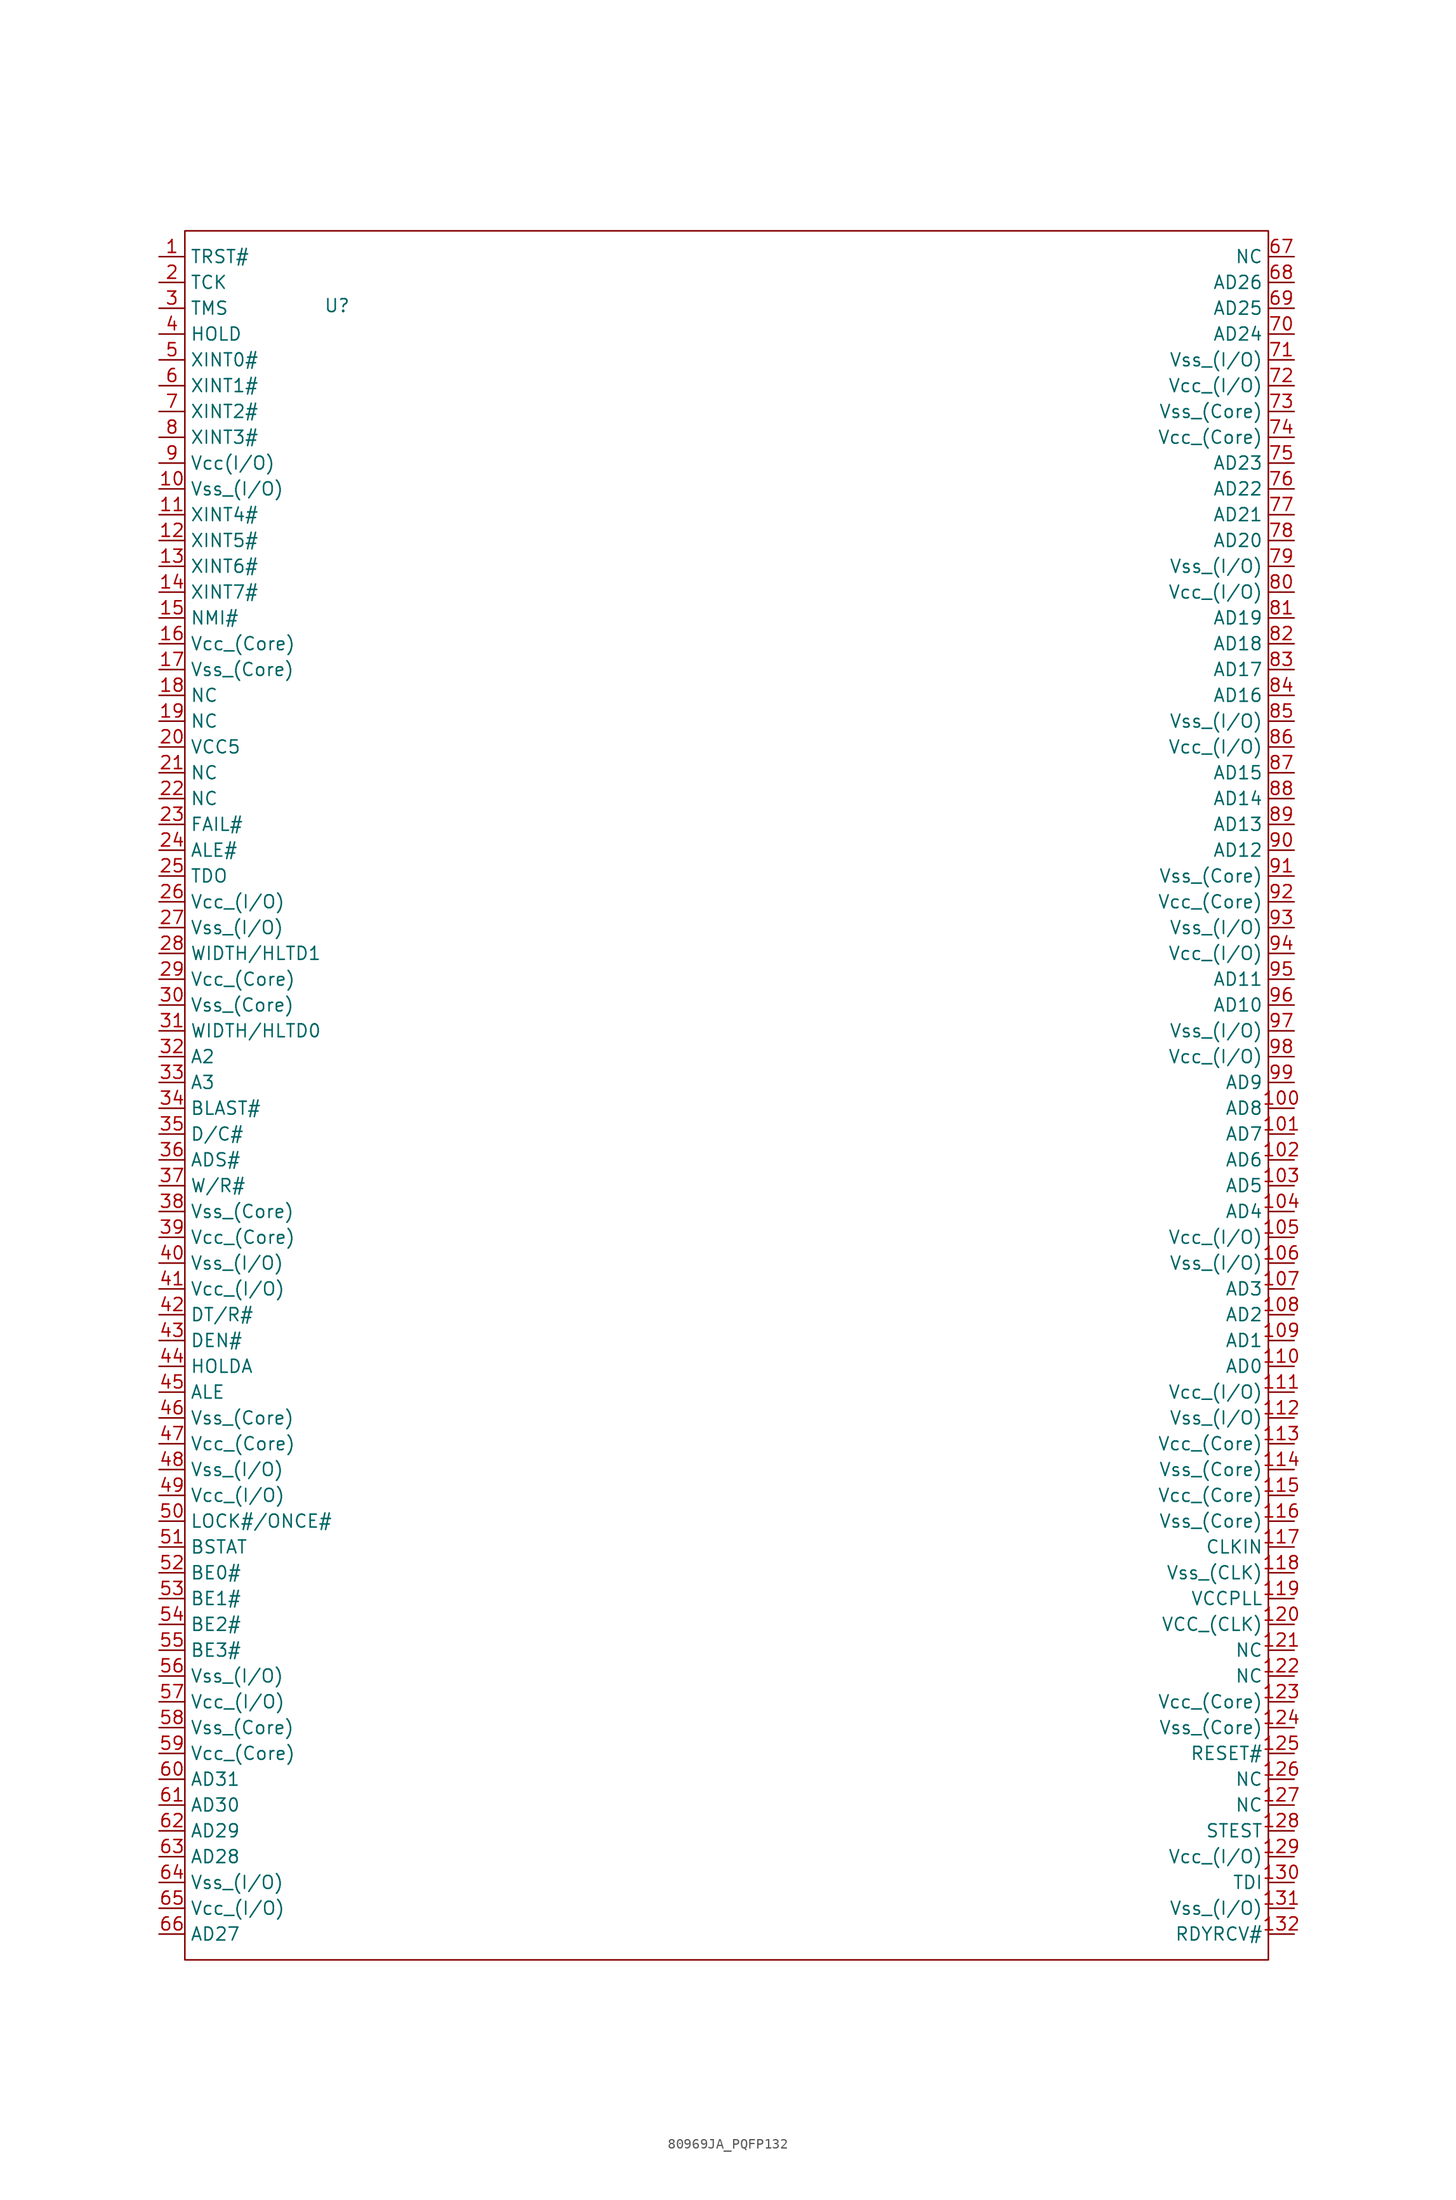
<source format=kicad_sym>
(kicad_symbol_lib
  (version 20231120)
  (generator "kicad_symbol_editor")
  (generator_version "8.0")
  (symbol "80969JA_PQFP132"
    (property "Reference" "U"
      (at 23.876 -9.906 0)
      (effects (font (size 1.27 1.27))))
    (property "Value" ""
      (at 7.62 -1.27 0)
      (effects (font (size 1.27 1.27))))
    (symbol "80969JA_PQFP132_0_1"
      (rectangle (start 8.89 -2.54) (end 115.57 -172.72) (stroke (width 0) (type default)) (fill (type none))))
    (symbol "80969JA_PQFP132_1_1"
      (pin input line (at 6.35 -5.08 0) (length 2.54) (name "TRST#" (effects (font (size 1.27 1.27)))) (number "1" (effects (font (size 1.27 1.27)))))
      (pin input line (at 6.35 -27.94 0) (length 2.54) (name "Vss_(I/O)" (effects (font (size 1.27 1.27)))) (number "10" (effects (font (size 1.27 1.27)))))
      (pin input line (at 118.11 -88.9 180) (length 2.54) (name "AD8" (effects (font (size 1.27 1.27)))) (number "100" (effects (font (size 1.27 1.27)))))
      (pin input line (at 118.11 -91.44 180) (length 2.54) (name "AD7" (effects (font (size 1.27 1.27)))) (number "101" (effects (font (size 1.27 1.27)))))
      (pin input line (at 118.11 -93.98 180) (length 2.54) (name "AD6" (effects (font (size 1.27 1.27)))) (number "102" (effects (font (size 1.27 1.27)))))
      (pin input line (at 118.11 -96.52 180) (length 2.54) (name "AD5" (effects (font (size 1.27 1.27)))) (number "103" (effects (font (size 1.27 1.27)))))
      (pin input line (at 118.11 -99.06 180) (length 2.54) (name "AD4" (effects (font (size 1.27 1.27)))) (number "104" (effects (font (size 1.27 1.27)))))
      (pin input line (at 118.11 -101.6 180) (length 2.54) (name "Vcc_(I/O)" (effects (font (size 1.27 1.27)))) (number "105" (effects (font (size 1.27 1.27)))))
      (pin input line (at 118.11 -104.14 180) (length 2.54) (name "Vss_(I/O)" (effects (font (size 1.27 1.27)))) (number "106" (effects (font (size 1.27 1.27)))))
      (pin input line (at 118.11 -106.68 180) (length 2.54) (name "AD3" (effects (font (size 1.27 1.27)))) (number "107" (effects (font (size 1.27 1.27)))))
      (pin input line (at 118.11 -109.22 180) (length 2.54) (name "AD2" (effects (font (size 1.27 1.27)))) (number "108" (effects (font (size 1.27 1.27)))))
      (pin input line (at 118.11 -111.76 180) (length 2.54) (name "AD1" (effects (font (size 1.27 1.27)))) (number "109" (effects (font (size 1.27 1.27)))))
      (pin input line (at 6.35 -30.48 0) (length 2.54) (name "XINT4#" (effects (font (size 1.27 1.27)))) (number "11" (effects (font (size 1.27 1.27)))))
      (pin input line (at 118.11 -114.3 180) (length 2.54) (name "AD0" (effects (font (size 1.27 1.27)))) (number "110" (effects (font (size 1.27 1.27)))))
      (pin input line (at 118.11 -116.84 180) (length 2.54) (name "Vcc_(I/O)" (effects (font (size 1.27 1.27)))) (number "111" (effects (font (size 1.27 1.27)))))
      (pin input line (at 118.11 -119.38 180) (length 2.54) (name "Vss_(I/O)" (effects (font (size 1.27 1.27)))) (number "112" (effects (font (size 1.27 1.27)))))
      (pin input line (at 118.11 -121.92 180) (length 2.54) (name "Vcc_(Core)" (effects (font (size 1.27 1.27)))) (number "113" (effects (font (size 1.27 1.27)))))
      (pin input line (at 118.11 -124.46 180) (length 2.54) (name "Vss_(Core)" (effects (font (size 1.27 1.27)))) (number "114" (effects (font (size 1.27 1.27)))))
      (pin input line (at 118.11 -127 180) (length 2.54) (name "Vcc_(Core)" (effects (font (size 1.27 1.27)))) (number "115" (effects (font (size 1.27 1.27)))))
      (pin input line (at 118.11 -129.54 180) (length 2.54) (name "Vss_(Core)" (effects (font (size 1.27 1.27)))) (number "116" (effects (font (size 1.27 1.27)))))
      (pin input line (at 118.11 -132.08 180) (length 2.54) (name "CLKIN" (effects (font (size 1.27 1.27)))) (number "117" (effects (font (size 1.27 1.27)))))
      (pin input line (at 118.11 -134.62 180) (length 2.54) (name "Vss_(CLK)" (effects (font (size 1.27 1.27)))) (number "118" (effects (font (size 1.27 1.27)))))
      (pin input line (at 118.11 -137.16 180) (length 2.54) (name "VCCPLL" (effects (font (size 1.27 1.27)))) (number "119" (effects (font (size 1.27 1.27)))))
      (pin input line (at 6.35 -33.02 0) (length 2.54) (name "XINT5#" (effects (font (size 1.27 1.27)))) (number "12" (effects (font (size 1.27 1.27)))))
      (pin input line (at 118.11 -139.7 180) (length 2.54) (name "VCC_(CLK)" (effects (font (size 1.27 1.27)))) (number "120" (effects (font (size 1.27 1.27)))))
      (pin input line (at 118.11 -142.24 180) (length 2.54) (name "NC" (effects (font (size 1.27 1.27)))) (number "121" (effects (font (size 1.27 1.27)))))
      (pin input line (at 118.11 -144.78 180) (length 2.54) (name "NC" (effects (font (size 1.27 1.27)))) (number "122" (effects (font (size 1.27 1.27)))))
      (pin input line (at 118.11 -147.32 180) (length 2.54) (name "Vcc_(Core)" (effects (font (size 1.27 1.27)))) (number "123" (effects (font (size 1.27 1.27)))))
      (pin input line (at 118.11 -149.86 180) (length 2.54) (name "Vss_(Core)" (effects (font (size 1.27 1.27)))) (number "124" (effects (font (size 1.27 1.27)))))
      (pin input line (at 118.11 -152.4 180) (length 2.54) (name "RESET#" (effects (font (size 1.27 1.27)))) (number "125" (effects (font (size 1.27 1.27)))))
      (pin input line (at 118.11 -154.94 180) (length 2.54) (name "NC" (effects (font (size 1.27 1.27)))) (number "126" (effects (font (size 1.27 1.27)))))
      (pin input line (at 118.11 -157.48 180) (length 2.54) (name "NC" (effects (font (size 1.27 1.27)))) (number "127" (effects (font (size 1.27 1.27)))))
      (pin input line (at 118.11 -160.02 180) (length 2.54) (name "STEST" (effects (font (size 1.27 1.27)))) (number "128" (effects (font (size 1.27 1.27)))))
      (pin input line (at 118.11 -162.56 180) (length 2.54) (name "Vcc_(I/O)" (effects (font (size 1.27 1.27)))) (number "129" (effects (font (size 1.27 1.27)))))
      (pin input line (at 6.35 -35.56 0) (length 2.54) (name "XINT6#" (effects (font (size 1.27 1.27)))) (number "13" (effects (font (size 1.27 1.27)))))
      (pin input line (at 118.11 -165.1 180) (length 2.54) (name "TDI" (effects (font (size 1.27 1.27)))) (number "130" (effects (font (size 1.27 1.27)))))
      (pin input line (at 118.11 -167.64 180) (length 2.54) (name "Vss_(I/O)" (effects (font (size 1.27 1.27)))) (number "131" (effects (font (size 1.27 1.27)))))
      (pin input line (at 118.11 -170.18 180) (length 2.54) (name "RDYRCV#" (effects (font (size 1.27 1.27)))) (number "132" (effects (font (size 1.27 1.27)))))
      (pin input line (at 6.35 -38.1 0) (length 2.54) (name "XINT7#" (effects (font (size 1.27 1.27)))) (number "14" (effects (font (size 1.27 1.27)))))
      (pin input line (at 6.35 -40.64 0) (length 2.54) (name "NMI#" (effects (font (size 1.27 1.27)))) (number "15" (effects (font (size 1.27 1.27)))))
      (pin input line (at 6.35 -43.18 0) (length 2.54) (name "Vcc_(Core)" (effects (font (size 1.27 1.27)))) (number "16" (effects (font (size 1.27 1.27)))))
      (pin input line (at 6.35 -45.72 0) (length 2.54) (name "Vss_(Core)" (effects (font (size 1.27 1.27)))) (number "17" (effects (font (size 1.27 1.27)))))
      (pin input line (at 6.35 -48.26 0) (length 2.54) (name "NC" (effects (font (size 1.27 1.27)))) (number "18" (effects (font (size 1.27 1.27)))))
      (pin input line (at 6.35 -50.8 0) (length 2.54) (name "NC" (effects (font (size 1.27 1.27)))) (number "19" (effects (font (size 1.27 1.27)))))
      (pin input line (at 6.35 -7.62 0) (length 2.54) (name "TCK" (effects (font (size 1.27 1.27)))) (number "2" (effects (font (size 1.27 1.27)))))
      (pin input line (at 6.35 -53.34 0) (length 2.54) (name "VCC5" (effects (font (size 1.27 1.27)))) (number "20" (effects (font (size 1.27 1.27)))))
      (pin input line (at 6.35 -55.88 0) (length 2.54) (name "NC" (effects (font (size 1.27 1.27)))) (number "21" (effects (font (size 1.27 1.27)))))
      (pin input line (at 6.35 -58.42 0) (length 2.54) (name "NC" (effects (font (size 1.27 1.27)))) (number "22" (effects (font (size 1.27 1.27)))))
      (pin input line (at 6.35 -60.96 0) (length 2.54) (name "FAIL#" (effects (font (size 1.27 1.27)))) (number "23" (effects (font (size 1.27 1.27)))))
      (pin input line (at 6.35 -63.5 0) (length 2.54) (name "ALE#" (effects (font (size 1.27 1.27)))) (number "24" (effects (font (size 1.27 1.27)))))
      (pin input line (at 6.35 -66.04 0) (length 2.54) (name "TDO" (effects (font (size 1.27 1.27)))) (number "25" (effects (font (size 1.27 1.27)))))
      (pin input line (at 6.35 -68.58 0) (length 2.54) (name "Vcc_(I/O)" (effects (font (size 1.27 1.27)))) (number "26" (effects (font (size 1.27 1.27)))))
      (pin input line (at 6.35 -71.12 0) (length 2.54) (name "Vss_(I/O)" (effects (font (size 1.27 1.27)))) (number "27" (effects (font (size 1.27 1.27)))))
      (pin input line (at 6.35 -73.66 0) (length 2.54) (name "WIDTH/HLTD1" (effects (font (size 1.27 1.27)))) (number "28" (effects (font (size 1.27 1.27)))))
      (pin input line (at 6.35 -76.2 0) (length 2.54) (name "Vcc_(Core)" (effects (font (size 1.27 1.27)))) (number "29" (effects (font (size 1.27 1.27)))))
      (pin input line (at 6.35 -10.16 0) (length 2.54) (name "TMS" (effects (font (size 1.27 1.27)))) (number "3" (effects (font (size 1.27 1.27)))))
      (pin input line (at 6.35 -78.74 0) (length 2.54) (name "Vss_(Core)" (effects (font (size 1.27 1.27)))) (number "30" (effects (font (size 1.27 1.27)))))
      (pin input line (at 6.35 -81.28 0) (length 2.54) (name "WIDTH/HLTD0" (effects (font (size 1.27 1.27)))) (number "31" (effects (font (size 1.27 1.27)))))
      (pin input line (at 6.35 -83.82 0) (length 2.54) (name "A2" (effects (font (size 1.27 1.27)))) (number "32" (effects (font (size 1.27 1.27)))))
      (pin input line (at 6.35 -86.36 0) (length 2.54) (name "A3" (effects (font (size 1.27 1.27)))) (number "33" (effects (font (size 1.27 1.27)))))
      (pin input line (at 6.35 -88.9 0) (length 2.54) (name "BLAST#" (effects (font (size 1.27 1.27)))) (number "34" (effects (font (size 1.27 1.27)))))
      (pin input line (at 6.35 -91.44 0) (length 2.54) (name "D/C#" (effects (font (size 1.27 1.27)))) (number "35" (effects (font (size 1.27 1.27)))))
      (pin input line (at 6.35 -93.98 0) (length 2.54) (name "ADS#" (effects (font (size 1.27 1.27)))) (number "36" (effects (font (size 1.27 1.27)))))
      (pin input line (at 6.35 -96.52 0) (length 2.54) (name "W/R#" (effects (font (size 1.27 1.27)))) (number "37" (effects (font (size 1.27 1.27)))))
      (pin input line (at 6.35 -99.06 0) (length 2.54) (name "Vss_(Core)" (effects (font (size 1.27 1.27)))) (number "38" (effects (font (size 1.27 1.27)))))
      (pin input line (at 6.35 -101.6 0) (length 2.54) (name "Vcc_(Core)" (effects (font (size 1.27 1.27)))) (number "39" (effects (font (size 1.27 1.27)))))
      (pin input line (at 6.35 -12.7 0) (length 2.54) (name "HOLD" (effects (font (size 1.27 1.27)))) (number "4" (effects (font (size 1.27 1.27)))))
      (pin input line (at 6.35 -104.14 0) (length 2.54) (name "Vss_(I/O)" (effects (font (size 1.27 1.27)))) (number "40" (effects (font (size 1.27 1.27)))))
      (pin input line (at 6.35 -106.68 0) (length 2.54) (name "Vcc_(I/O)" (effects (font (size 1.27 1.27)))) (number "41" (effects (font (size 1.27 1.27)))))
      (pin input line (at 6.35 -109.22 0) (length 2.54) (name "DT/R#" (effects (font (size 1.27 1.27)))) (number "42" (effects (font (size 1.27 1.27)))))
      (pin input line (at 6.35 -111.76 0) (length 2.54) (name "DEN#" (effects (font (size 1.27 1.27)))) (number "43" (effects (font (size 1.27 1.27)))))
      (pin input line (at 6.35 -114.3 0) (length 2.54) (name "HOLDA" (effects (font (size 1.27 1.27)))) (number "44" (effects (font (size 1.27 1.27)))))
      (pin input line (at 6.35 -116.84 0) (length 2.54) (name "ALE" (effects (font (size 1.27 1.27)))) (number "45" (effects (font (size 1.27 1.27)))))
      (pin input line (at 6.35 -119.38 0) (length 2.54) (name "Vss_(Core)" (effects (font (size 1.27 1.27)))) (number "46" (effects (font (size 1.27 1.27)))))
      (pin input line (at 6.35 -121.92 0) (length 2.54) (name "Vcc_(Core)" (effects (font (size 1.27 1.27)))) (number "47" (effects (font (size 1.27 1.27)))))
      (pin input line (at 6.35 -124.46 0) (length 2.54) (name "Vss_(I/O)" (effects (font (size 1.27 1.27)))) (number "48" (effects (font (size 1.27 1.27)))))
      (pin input line (at 6.35 -127 0) (length 2.54) (name "Vcc_(I/O)" (effects (font (size 1.27 1.27)))) (number "49" (effects (font (size 1.27 1.27)))))
      (pin input line (at 6.35 -15.24 0) (length 2.54) (name "XINT0#" (effects (font (size 1.27 1.27)))) (number "5" (effects (font (size 1.27 1.27)))))
      (pin input line (at 6.35 -129.54 0) (length 2.54) (name "LOCK#/ONCE#" (effects (font (size 1.27 1.27)))) (number "50" (effects (font (size 1.27 1.27)))))
      (pin input line (at 6.35 -132.08 0) (length 2.54) (name "BSTAT" (effects (font (size 1.27 1.27)))) (number "51" (effects (font (size 1.27 1.27)))))
      (pin input line (at 6.35 -134.62 0) (length 2.54) (name "BE0#" (effects (font (size 1.27 1.27)))) (number "52" (effects (font (size 1.27 1.27)))))
      (pin input line (at 6.35 -137.16 0) (length 2.54) (name "BE1#" (effects (font (size 1.27 1.27)))) (number "53" (effects (font (size 1.27 1.27)))))
      (pin input line (at 6.35 -139.7 0) (length 2.54) (name "BE2#" (effects (font (size 1.27 1.27)))) (number "54" (effects (font (size 1.27 1.27)))))
      (pin input line (at 6.35 -142.24 0) (length 2.54) (name "BE3#" (effects (font (size 1.27 1.27)))) (number "55" (effects (font (size 1.27 1.27)))))
      (pin input line (at 6.35 -144.78 0) (length 2.54) (name "Vss_(I/O)" (effects (font (size 1.27 1.27)))) (number "56" (effects (font (size 1.27 1.27)))))
      (pin input line (at 6.35 -147.32 0) (length 2.54) (name "Vcc_(I/O)" (effects (font (size 1.27 1.27)))) (number "57" (effects (font (size 1.27 1.27)))))
      (pin input line (at 6.35 -149.86 0) (length 2.54) (name "Vss_(Core)" (effects (font (size 1.27 1.27)))) (number "58" (effects (font (size 1.27 1.27)))))
      (pin input line (at 6.35 -152.4 0) (length 2.54) (name "Vcc_(Core)" (effects (font (size 1.27 1.27)))) (number "59" (effects (font (size 1.27 1.27)))))
      (pin input line (at 6.35 -17.78 0) (length 2.54) (name "XINT1#" (effects (font (size 1.27 1.27)))) (number "6" (effects (font (size 1.27 1.27)))))
      (pin input line (at 6.35 -154.94 0) (length 2.54) (name "AD31" (effects (font (size 1.27 1.27)))) (number "60" (effects (font (size 1.27 1.27)))))
      (pin input line (at 6.35 -157.48 0) (length 2.54) (name "AD30" (effects (font (size 1.27 1.27)))) (number "61" (effects (font (size 1.27 1.27)))))
      (pin input line (at 6.35 -160.02 0) (length 2.54) (name "AD29" (effects (font (size 1.27 1.27)))) (number "62" (effects (font (size 1.27 1.27)))))
      (pin input line (at 6.35 -162.56 0) (length 2.54) (name "AD28" (effects (font (size 1.27 1.27)))) (number "63" (effects (font (size 1.27 1.27)))))
      (pin input line (at 6.35 -165.1 0) (length 2.54) (name "Vss_(I/O)" (effects (font (size 1.27 1.27)))) (number "64" (effects (font (size 1.27 1.27)))))
      (pin input line (at 6.35 -167.64 0) (length 2.54) (name "Vcc_(I/O)" (effects (font (size 1.27 1.27)))) (number "65" (effects (font (size 1.27 1.27)))))
      (pin input line (at 6.35 -170.18 0) (length 2.54) (name "AD27" (effects (font (size 1.27 1.27)))) (number "66" (effects (font (size 1.27 1.27)))))
      (pin input line (at 118.11 -5.08 180) (length 2.54) (name "NC" (effects (font (size 1.27 1.27)))) (number "67" (effects (font (size 1.27 1.27)))))
      (pin input line (at 118.11 -7.62 180) (length 2.54) (name "AD26" (effects (font (size 1.27 1.27)))) (number "68" (effects (font (size 1.27 1.27)))))
      (pin input line (at 118.11 -10.16 180) (length 2.54) (name "AD25" (effects (font (size 1.27 1.27)))) (number "69" (effects (font (size 1.27 1.27)))))
      (pin input line (at 6.35 -20.32 0) (length 2.54) (name "XINT2#" (effects (font (size 1.27 1.27)))) (number "7" (effects (font (size 1.27 1.27)))))
      (pin input line (at 118.11 -12.7 180) (length 2.54) (name "AD24" (effects (font (size 1.27 1.27)))) (number "70" (effects (font (size 1.27 1.27)))))
      (pin input line (at 118.11 -15.24 180) (length 2.54) (name "Vss_(I/O)" (effects (font (size 1.27 1.27)))) (number "71" (effects (font (size 1.27 1.27)))))
      (pin input line (at 118.11 -17.78 180) (length 2.54) (name "Vcc_(I/O)" (effects (font (size 1.27 1.27)))) (number "72" (effects (font (size 1.27 1.27)))))
      (pin input line (at 118.11 -20.32 180) (length 2.54) (name "Vss_(Core)" (effects (font (size 1.27 1.27)))) (number "73" (effects (font (size 1.27 1.27)))))
      (pin input line (at 118.11 -22.86 180) (length 2.54) (name "Vcc_(Core)" (effects (font (size 1.27 1.27)))) (number "74" (effects (font (size 1.27 1.27)))))
      (pin input line (at 118.11 -25.4 180) (length 2.54) (name "AD23" (effects (font (size 1.27 1.27)))) (number "75" (effects (font (size 1.27 1.27)))))
      (pin input line (at 118.11 -27.94 180) (length 2.54) (name "AD22" (effects (font (size 1.27 1.27)))) (number "76" (effects (font (size 1.27 1.27)))))
      (pin input line (at 118.11 -30.48 180) (length 2.54) (name "AD21" (effects (font (size 1.27 1.27)))) (number "77" (effects (font (size 1.27 1.27)))))
      (pin input line (at 118.11 -33.02 180) (length 2.54) (name "AD20" (effects (font (size 1.27 1.27)))) (number "78" (effects (font (size 1.27 1.27)))))
      (pin input line (at 118.11 -35.56 180) (length 2.54) (name "Vss_(I/O)" (effects (font (size 1.27 1.27)))) (number "79" (effects (font (size 1.27 1.27)))))
      (pin input line (at 6.35 -22.86 0) (length 2.54) (name "XINT3#" (effects (font (size 1.27 1.27)))) (number "8" (effects (font (size 1.27 1.27)))))
      (pin input line (at 118.11 -38.1 180) (length 2.54) (name "Vcc_(I/O)" (effects (font (size 1.27 1.27)))) (number "80" (effects (font (size 1.27 1.27)))))
      (pin input line (at 118.11 -40.64 180) (length 2.54) (name "AD19" (effects (font (size 1.27 1.27)))) (number "81" (effects (font (size 1.27 1.27)))))
      (pin input line (at 118.11 -43.18 180) (length 2.54) (name "AD18" (effects (font (size 1.27 1.27)))) (number "82" (effects (font (size 1.27 1.27)))))
      (pin input line (at 118.11 -45.72 180) (length 2.54) (name "AD17" (effects (font (size 1.27 1.27)))) (number "83" (effects (font (size 1.27 1.27)))))
      (pin input line (at 118.11 -48.26 180) (length 2.54) (name "AD16" (effects (font (size 1.27 1.27)))) (number "84" (effects (font (size 1.27 1.27)))))
      (pin input line (at 118.11 -50.8 180) (length 2.54) (name "Vss_(I/O)" (effects (font (size 1.27 1.27)))) (number "85" (effects (font (size 1.27 1.27)))))
      (pin input line (at 118.11 -53.34 180) (length 2.54) (name "Vcc_(I/O)" (effects (font (size 1.27 1.27)))) (number "86" (effects (font (size 1.27 1.27)))))
      (pin input line (at 118.11 -55.88 180) (length 2.54) (name "AD15" (effects (font (size 1.27 1.27)))) (number "87" (effects (font (size 1.27 1.27)))))
      (pin input line (at 118.11 -58.42 180) (length 2.54) (name "AD14" (effects (font (size 1.27 1.27)))) (number "88" (effects (font (size 1.27 1.27)))))
      (pin input line (at 118.11 -60.96 180) (length 2.54) (name "AD13" (effects (font (size 1.27 1.27)))) (number "89" (effects (font (size 1.27 1.27)))))
      (pin input line (at 6.35 -25.4 0) (length 2.54) (name "Vcc(I/O)" (effects (font (size 1.27 1.27)))) (number "9" (effects (font (size 1.27 1.27)))))
      (pin input line (at 118.11 -63.5 180) (length 2.54) (name "AD12" (effects (font (size 1.27 1.27)))) (number "90" (effects (font (size 1.27 1.27)))))
      (pin input line (at 118.11 -66.04 180) (length 2.54) (name "Vss_(Core)" (effects (font (size 1.27 1.27)))) (number "91" (effects (font (size 1.27 1.27)))))
      (pin input line (at 118.11 -68.58 180) (length 2.54) (name "Vcc_(Core)" (effects (font (size 1.27 1.27)))) (number "92" (effects (font (size 1.27 1.27)))))
      (pin input line (at 118.11 -71.12 180) (length 2.54) (name "Vss_(I/O)" (effects (font (size 1.27 1.27)))) (number "93" (effects (font (size 1.27 1.27)))))
      (pin input line (at 118.11 -73.66 180) (length 2.54) (name "Vcc_(I/O)" (effects (font (size 1.27 1.27)))) (number "94" (effects (font (size 1.27 1.27)))))
      (pin input line (at 118.11 -76.2 180) (length 2.54) (name "AD11" (effects (font (size 1.27 1.27)))) (number "95" (effects (font (size 1.27 1.27)))))
      (pin input line (at 118.11 -78.74 180) (length 2.54) (name "AD10" (effects (font (size 1.27 1.27)))) (number "96" (effects (font (size 1.27 1.27)))))
      (pin input line (at 118.11 -81.28 180) (length 2.54) (name "Vss_(I/O)" (effects (font (size 1.27 1.27)))) (number "97" (effects (font (size 1.27 1.27)))))
      (pin input line (at 118.11 -83.82 180) (length 2.54) (name "Vcc_(I/O)" (effects (font (size 1.27 1.27)))) (number "98" (effects (font (size 1.27 1.27)))))
      (pin input line (at 118.11 -86.36 180) (length 2.54) (name "AD9" (effects (font (size 1.27 1.27)))) (number "99" (effects (font (size 1.27 1.27))))))))
</source>
